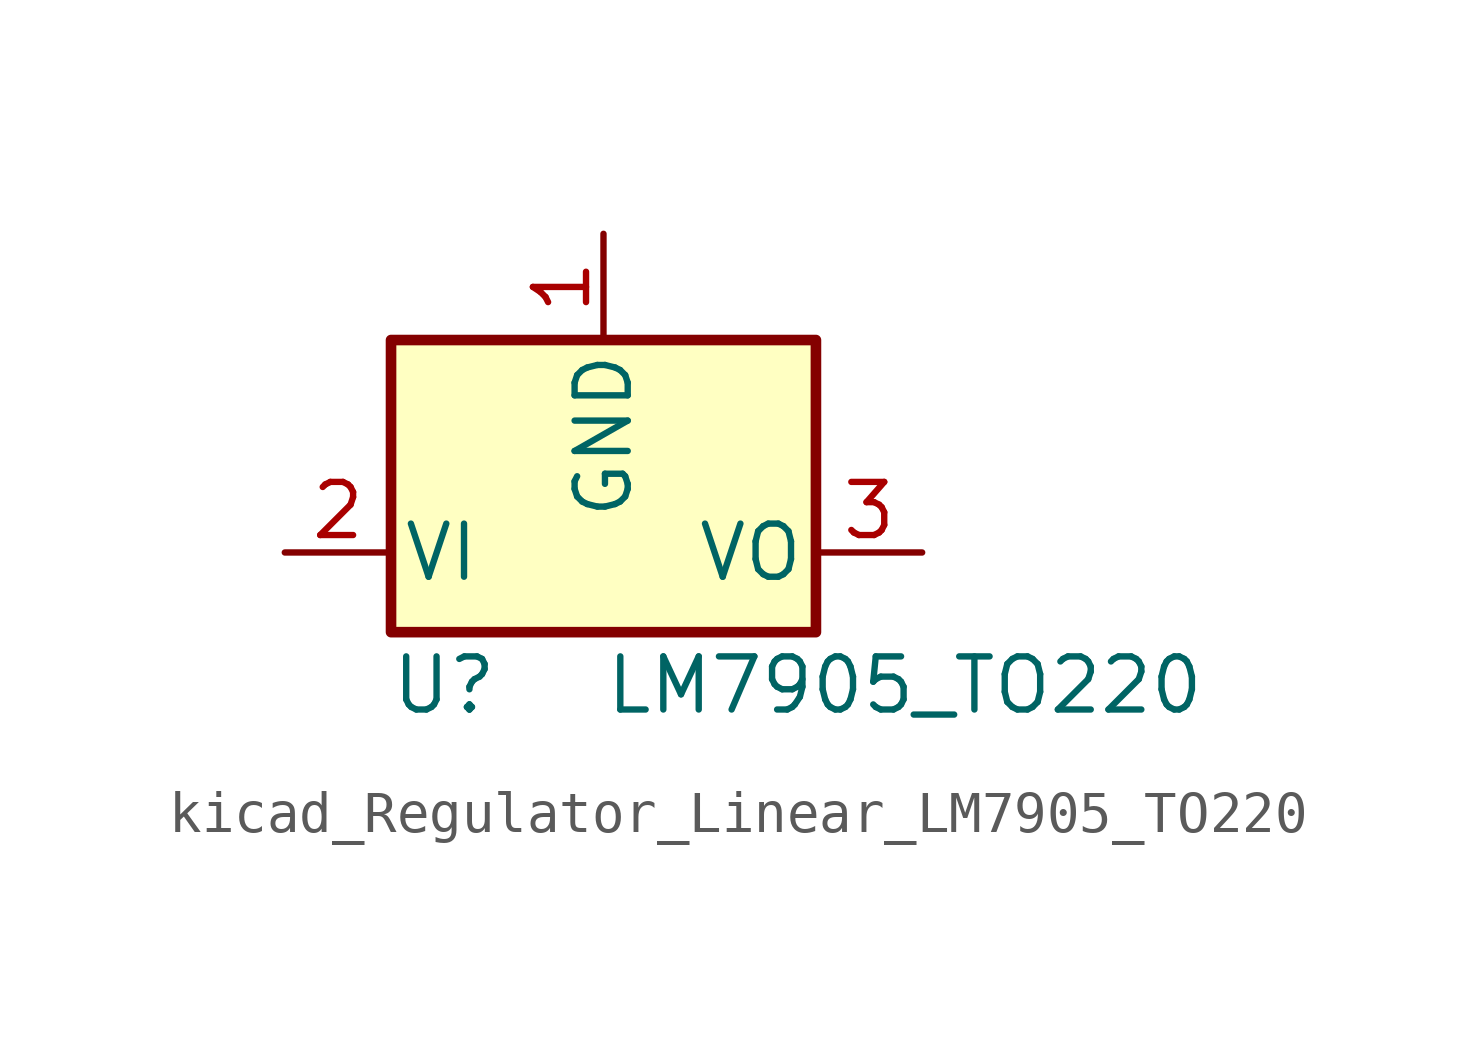
<source format=kicad_sym>
(kicad_symbol_lib
  (version 20220914)
  (generator kicad_symbol_editor)
  (symbol "kicad_Regulator_Linear_LM7905_TO220"
    (pin_names
      (offset 0.254))
    (property "Reference" "U"
      (at -3.81 -3.175 0)
      (effects (font (size 1.27 1.27))))
    (property "Value" "LM7905_TO220"
      (at 0 -3.175 0)
      (effects (font (size 1.27 1.27)) (justify left)))
    (symbol "kicad_Regulator_Linear_LM7905_TO220_0_1"
      (rectangle (start -5.08 5.08) (end 5.08 -1.905) (stroke (width 0.254) (type default)) (fill (type background))))
    (symbol "kicad_Regulator_Linear_LM7905_TO220_1_1"
      (pin power_in line (at 0 7.62 270) (length 2.54) (name "GND" (effects (font (size 1.27 1.27)))) (number "1" (effects (font (size 1.27 1.27)))))
      (pin power_in line (at -7.62 0 0) (length 2.54) (name "VI" (effects (font (size 1.27 1.27)))) (number "2" (effects (font (size 1.27 1.27)))))
      (pin power_out line (at 7.62 0 180) (length 2.54) (name "VO" (effects (font (size 1.27 1.27)))) (number "3" (effects (font (size 1.27 1.27))))))))
</source>
